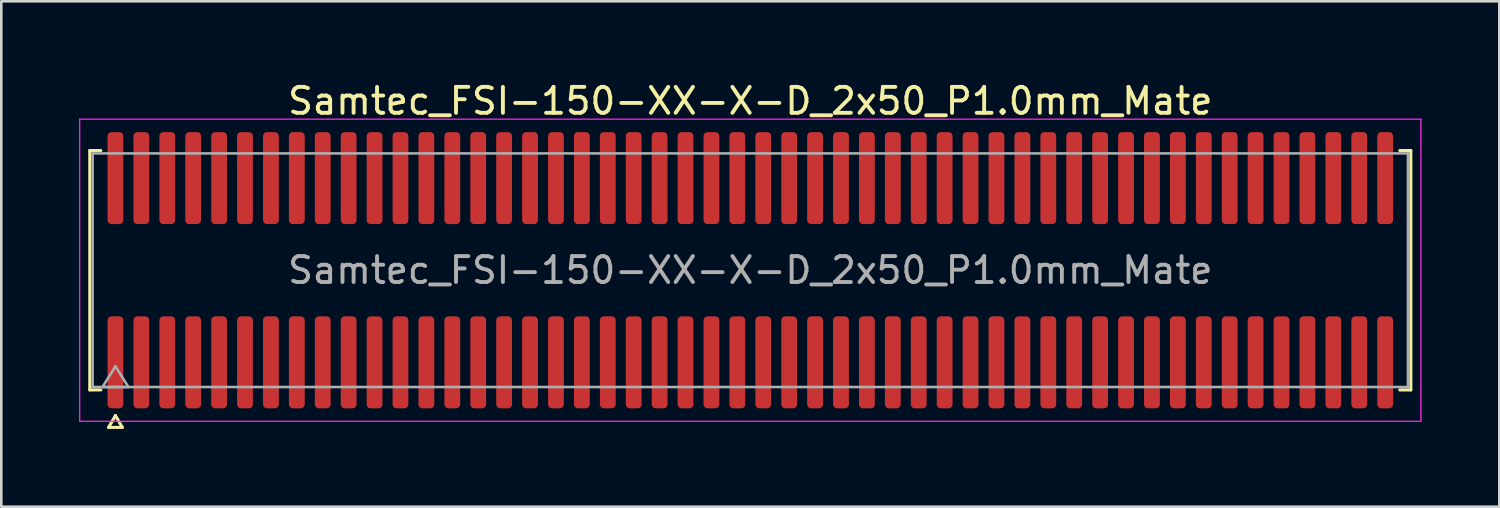
<source format=kicad_pcb>
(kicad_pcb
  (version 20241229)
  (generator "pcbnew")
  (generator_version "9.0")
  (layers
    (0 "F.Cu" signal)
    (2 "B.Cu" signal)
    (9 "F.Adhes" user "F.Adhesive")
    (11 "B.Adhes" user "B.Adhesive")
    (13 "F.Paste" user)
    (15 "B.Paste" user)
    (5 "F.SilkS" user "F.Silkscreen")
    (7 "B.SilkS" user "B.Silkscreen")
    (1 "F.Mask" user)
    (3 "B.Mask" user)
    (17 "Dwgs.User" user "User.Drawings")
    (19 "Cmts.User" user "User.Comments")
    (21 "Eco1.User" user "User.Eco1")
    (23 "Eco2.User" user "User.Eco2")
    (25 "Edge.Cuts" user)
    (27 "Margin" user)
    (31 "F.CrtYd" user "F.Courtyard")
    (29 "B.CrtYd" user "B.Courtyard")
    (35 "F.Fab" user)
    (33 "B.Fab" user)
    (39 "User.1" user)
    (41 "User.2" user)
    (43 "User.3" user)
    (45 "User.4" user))
  (footprint "Samtec_FSI-150-XX-X-D_2x50_P1.0mm_Mate"
    (layer "F.Cu")
    (at 25.905 7.378)
    (property "Reference" "Samtec_FSI-150-XX-X-D_2x50_P1.0mm_Mate" (at 0 -6.53 0) (layer "F.SilkS") (effects (font (size 1 1) (thickness 0.15))))
    (attr smd exclude_from_pos_files exclude_from_bom)
    (fp_line (start -25.49 -4.619) (end -25.065 -4.619) (stroke (width 0.12) (type solid)) (layer "F.SilkS"))
    (fp_line (start -25.49 4.619) (end -25.49 -4.619) (stroke (width 0.12) (type solid)) (layer "F.SilkS"))
    (fp_line (start -25.065 4.619) (end -25.49 4.619) (stroke (width 0.12) (type solid)) (layer "F.SilkS"))
    (fp_line (start -24.764 6.066) (end -24.5 5.609) (stroke (width 0.12) (type solid)) (layer "F.SilkS"))
    (fp_line (start -24.5 5.609) (end -24.236 6.066) (stroke (width 0.12) (type solid)) (layer "F.SilkS"))
    (fp_line (start -24.236 6.066) (end -24.764 6.066) (stroke (width 0.12) (type solid)) (layer "F.SilkS"))
    (fp_line (start 25.065 -4.619) (end 25.49 -4.619) (stroke (width 0.12) (type solid)) (layer "F.SilkS"))
    (fp_line (start 25.49 -4.619) (end 25.49 4.619) (stroke (width 0.12) (type solid)) (layer "F.SilkS"))
    (fp_line (start 25.49 4.619) (end 25.065 4.619) (stroke (width 0.12) (type solid)) (layer "F.SilkS"))
    (fp_line (start -25.88 -5.83) (end -25.88 5.83) (stroke (width 0.05) (type solid)) (layer "F.CrtYd"))
    (fp_line (start -25.88 5.83) (end 25.88 5.83) (stroke (width 0.05) (type solid)) (layer "F.CrtYd"))
    (fp_line (start 25.88 -5.83) (end -25.88 -5.83) (stroke (width 0.05) (type solid)) (layer "F.CrtYd"))
    (fp_line (start 25.88 5.83) (end 25.88 -5.83) (stroke (width 0.05) (type solid)) (layer "F.CrtYd"))
    (fp_line (start -25.38 -4.508) (end 25.38 -4.508) (stroke (width 0.1) (type solid)) (layer "F.Fab"))
    (fp_line (start -25.38 4.508) (end -25.38 -4.508) (stroke (width 0.1) (type solid)) (layer "F.Fab"))
    (fp_line (start -25 4.508) (end -24.5 3.708) (stroke (width 0.1) (type solid)) (layer "F.Fab"))
    (fp_line (start -24.5 3.708) (end -24 4.508) (stroke (width 0.1) (type solid)) (layer "F.Fab"))
    (fp_line (start -24 4.508) (end -25 4.508) (stroke (width 0.1) (type solid)) (layer "F.Fab"))
    (fp_line (start 25.38 -4.508) (end 25.38 4.508) (stroke (width 0.1) (type solid)) (layer "F.Fab"))
    (fp_line (start 25.38 4.508) (end -25.38 4.508) (stroke (width 0.1) (type solid)) (layer "F.Fab"))
    (fp_text user "${REFERENCE}" (at 0 0 0) (layer "F.Fab") (effects (font (size 1 1) (thickness 0.15))))
    (pad "1" smd roundrect (at -24.5 3.555) (size 0.61 3.55) (layers "F.Cu" "F.Mask") (roundrect_rratio 0.25))
    (pad "2" smd roundrect (at -24.5 -3.555) (size 0.61 3.55) (layers "F.Cu" "F.Mask") (roundrect_rratio 0.25))
    (pad "3" smd roundrect (at -23.5 3.555) (size 0.61 3.55) (layers "F.Cu" "F.Mask") (roundrect_rratio 0.25))
    (pad "4" smd roundrect (at -23.5 -3.555) (size 0.61 3.55) (layers "F.Cu" "F.Mask") (roundrect_rratio 0.25))
    (pad "5" smd roundrect (at -22.5 3.555) (size 0.61 3.55) (layers "F.Cu" "F.Mask") (roundrect_rratio 0.25))
    (pad "6" smd roundrect (at -22.5 -3.555) (size 0.61 3.55) (layers "F.Cu" "F.Mask") (roundrect_rratio 0.25))
    (pad "7" smd roundrect (at -21.5 3.555) (size 0.61 3.55) (layers "F.Cu" "F.Mask") (roundrect_rratio 0.25))
    (pad "8" smd roundrect (at -21.5 -3.555) (size 0.61 3.55) (layers "F.Cu" "F.Mask") (roundrect_rratio 0.25))
    (pad "9" smd roundrect (at -20.5 3.555) (size 0.61 3.55) (layers "F.Cu" "F.Mask") (roundrect_rratio 0.25))
    (pad "10" smd roundrect (at -20.5 -3.555) (size 0.61 3.55) (layers "F.Cu" "F.Mask") (roundrect_rratio 0.25))
    (pad "11" smd roundrect (at -19.5 3.555) (size 0.61 3.55) (layers "F.Cu" "F.Mask") (roundrect_rratio 0.25))
    (pad "12" smd roundrect (at -19.5 -3.555) (size 0.61 3.55) (layers "F.Cu" "F.Mask") (roundrect_rratio 0.25))
    (pad "13" smd roundrect (at -18.5 3.555) (size 0.61 3.55) (layers "F.Cu" "F.Mask") (roundrect_rratio 0.25))
    (pad "14" smd roundrect (at -18.5 -3.555) (size 0.61 3.55) (layers "F.Cu" "F.Mask") (roundrect_rratio 0.25))
    (pad "15" smd roundrect (at -17.5 3.555) (size 0.61 3.55) (layers "F.Cu" "F.Mask") (roundrect_rratio 0.25))
    (pad "16" smd roundrect (at -17.5 -3.555) (size 0.61 3.55) (layers "F.Cu" "F.Mask") (roundrect_rratio 0.25))
    (pad "17" smd roundrect (at -16.5 3.555) (size 0.61 3.55) (layers "F.Cu" "F.Mask") (roundrect_rratio 0.25))
    (pad "18" smd roundrect (at -16.5 -3.555) (size 0.61 3.55) (layers "F.Cu" "F.Mask") (roundrect_rratio 0.25))
    (pad "19" smd roundrect (at -15.5 3.555) (size 0.61 3.55) (layers "F.Cu" "F.Mask") (roundrect_rratio 0.25))
    (pad "20" smd roundrect (at -15.5 -3.555) (size 0.61 3.55) (layers "F.Cu" "F.Mask") (roundrect_rratio 0.25))
    (pad "21" smd roundrect (at -14.5 3.555) (size 0.61 3.55) (layers "F.Cu" "F.Mask") (roundrect_rratio 0.25))
    (pad "22" smd roundrect (at -14.5 -3.555) (size 0.61 3.55) (layers "F.Cu" "F.Mask") (roundrect_rratio 0.25))
    (pad "23" smd roundrect (at -13.5 3.555) (size 0.61 3.55) (layers "F.Cu" "F.Mask") (roundrect_rratio 0.25))
    (pad "24" smd roundrect (at -13.5 -3.555) (size 0.61 3.55) (layers "F.Cu" "F.Mask") (roundrect_rratio 0.25))
    (pad "25" smd roundrect (at -12.5 3.555) (size 0.61 3.55) (layers "F.Cu" "F.Mask") (roundrect_rratio 0.25))
    (pad "26" smd roundrect (at -12.5 -3.555) (size 0.61 3.55) (layers "F.Cu" "F.Mask") (roundrect_rratio 0.25))
    (pad "27" smd roundrect (at -11.5 3.555) (size 0.61 3.55) (layers "F.Cu" "F.Mask") (roundrect_rratio 0.25))
    (pad "28" smd roundrect (at -11.5 -3.555) (size 0.61 3.55) (layers "F.Cu" "F.Mask") (roundrect_rratio 0.25))
    (pad "29" smd roundrect (at -10.5 3.555) (size 0.61 3.55) (layers "F.Cu" "F.Mask") (roundrect_rratio 0.25))
    (pad "30" smd roundrect (at -10.5 -3.555) (size 0.61 3.55) (layers "F.Cu" "F.Mask") (roundrect_rratio 0.25))
    (pad "31" smd roundrect (at -9.5 3.555) (size 0.61 3.55) (layers "F.Cu" "F.Mask") (roundrect_rratio 0.25))
    (pad "32" smd roundrect (at -9.5 -3.555) (size 0.61 3.55) (layers "F.Cu" "F.Mask") (roundrect_rratio 0.25))
    (pad "33" smd roundrect (at -8.5 3.555) (size 0.61 3.55) (layers "F.Cu" "F.Mask") (roundrect_rratio 0.25))
    (pad "34" smd roundrect (at -8.5 -3.555) (size 0.61 3.55) (layers "F.Cu" "F.Mask") (roundrect_rratio 0.25))
    (pad "35" smd roundrect (at -7.5 3.555) (size 0.61 3.55) (layers "F.Cu" "F.Mask") (roundrect_rratio 0.25))
    (pad "36" smd roundrect (at -7.5 -3.555) (size 0.61 3.55) (layers "F.Cu" "F.Mask") (roundrect_rratio 0.25))
    (pad "37" smd roundrect (at -6.5 3.555) (size 0.61 3.55) (layers "F.Cu" "F.Mask") (roundrect_rratio 0.25))
    (pad "38" smd roundrect (at -6.5 -3.555) (size 0.61 3.55) (layers "F.Cu" "F.Mask") (roundrect_rratio 0.25))
    (pad "39" smd roundrect (at -5.5 3.555) (size 0.61 3.55) (layers "F.Cu" "F.Mask") (roundrect_rratio 0.25))
    (pad "40" smd roundrect (at -5.5 -3.555) (size 0.61 3.55) (layers "F.Cu" "F.Mask") (roundrect_rratio 0.25))
    (pad "41" smd roundrect (at -4.5 3.555) (size 0.61 3.55) (layers "F.Cu" "F.Mask") (roundrect_rratio 0.25))
    (pad "42" smd roundrect (at -4.5 -3.555) (size 0.61 3.55) (layers "F.Cu" "F.Mask") (roundrect_rratio 0.25))
    (pad "43" smd roundrect (at -3.5 3.555) (size 0.61 3.55) (layers "F.Cu" "F.Mask") (roundrect_rratio 0.25))
    (pad "44" smd roundrect (at -3.5 -3.555) (size 0.61 3.55) (layers "F.Cu" "F.Mask") (roundrect_rratio 0.25))
    (pad "45" smd roundrect (at -2.5 3.555) (size 0.61 3.55) (layers "F.Cu" "F.Mask") (roundrect_rratio 0.25))
    (pad "46" smd roundrect (at -2.5 -3.555) (size 0.61 3.55) (layers "F.Cu" "F.Mask") (roundrect_rratio 0.25))
    (pad "47" smd roundrect (at -1.5 3.555) (size 0.61 3.55) (layers "F.Cu" "F.Mask") (roundrect_rratio 0.25))
    (pad "48" smd roundrect (at -1.5 -3.555) (size 0.61 3.55) (layers "F.Cu" "F.Mask") (roundrect_rratio 0.25))
    (pad "49" smd roundrect (at -0.5 3.555) (size 0.61 3.55) (layers "F.Cu" "F.Mask") (roundrect_rratio 0.25))
    (pad "50" smd roundrect (at -0.5 -3.555) (size 0.61 3.55) (layers "F.Cu" "F.Mask") (roundrect_rratio 0.25))
    (pad "51" smd roundrect (at 0.5 3.555) (size 0.61 3.55) (layers "F.Cu" "F.Mask") (roundrect_rratio 0.25))
    (pad "52" smd roundrect (at 0.5 -3.555) (size 0.61 3.55) (layers "F.Cu" "F.Mask") (roundrect_rratio 0.25))
    (pad "53" smd roundrect (at 1.5 3.555) (size 0.61 3.55) (layers "F.Cu" "F.Mask") (roundrect_rratio 0.25))
    (pad "54" smd roundrect (at 1.5 -3.555) (size 0.61 3.55) (layers "F.Cu" "F.Mask") (roundrect_rratio 0.25))
    (pad "55" smd roundrect (at 2.5 3.555) (size 0.61 3.55) (layers "F.Cu" "F.Mask") (roundrect_rratio 0.25))
    (pad "56" smd roundrect (at 2.5 -3.555) (size 0.61 3.55) (layers "F.Cu" "F.Mask") (roundrect_rratio 0.25))
    (pad "57" smd roundrect (at 3.5 3.555) (size 0.61 3.55) (layers "F.Cu" "F.Mask") (roundrect_rratio 0.25))
    (pad "58" smd roundrect (at 3.5 -3.555) (size 0.61 3.55) (layers "F.Cu" "F.Mask") (roundrect_rratio 0.25))
    (pad "59" smd roundrect (at 4.5 3.555) (size 0.61 3.55) (layers "F.Cu" "F.Mask") (roundrect_rratio 0.25))
    (pad "60" smd roundrect (at 4.5 -3.555) (size 0.61 3.55) (layers "F.Cu" "F.Mask") (roundrect_rratio 0.25))
    (pad "61" smd roundrect (at 5.5 3.555) (size 0.61 3.55) (layers "F.Cu" "F.Mask") (roundrect_rratio 0.25))
    (pad "62" smd roundrect (at 5.5 -3.555) (size 0.61 3.55) (layers "F.Cu" "F.Mask") (roundrect_rratio 0.25))
    (pad "63" smd roundrect (at 6.5 3.555) (size 0.61 3.55) (layers "F.Cu" "F.Mask") (roundrect_rratio 0.25))
    (pad "64" smd roundrect (at 6.5 -3.555) (size 0.61 3.55) (layers "F.Cu" "F.Mask") (roundrect_rratio 0.25))
    (pad "65" smd roundrect (at 7.5 3.555) (size 0.61 3.55) (layers "F.Cu" "F.Mask") (roundrect_rratio 0.25))
    (pad "66" smd roundrect (at 7.5 -3.555) (size 0.61 3.55) (layers "F.Cu" "F.Mask") (roundrect_rratio 0.25))
    (pad "67" smd roundrect (at 8.5 3.555) (size 0.61 3.55) (layers "F.Cu" "F.Mask") (roundrect_rratio 0.25))
    (pad "68" smd roundrect (at 8.5 -3.555) (size 0.61 3.55) (layers "F.Cu" "F.Mask") (roundrect_rratio 0.25))
    (pad "69" smd roundrect (at 9.5 3.555) (size 0.61 3.55) (layers "F.Cu" "F.Mask") (roundrect_rratio 0.25))
    (pad "70" smd roundrect (at 9.5 -3.555) (size 0.61 3.55) (layers "F.Cu" "F.Mask") (roundrect_rratio 0.25))
    (pad "71" smd roundrect (at 10.5 3.555) (size 0.61 3.55) (layers "F.Cu" "F.Mask") (roundrect_rratio 0.25))
    (pad "72" smd roundrect (at 10.5 -3.555) (size 0.61 3.55) (layers "F.Cu" "F.Mask") (roundrect_rratio 0.25))
    (pad "73" smd roundrect (at 11.5 3.555) (size 0.61 3.55) (layers "F.Cu" "F.Mask") (roundrect_rratio 0.25))
    (pad "74" smd roundrect (at 11.5 -3.555) (size 0.61 3.55) (layers "F.Cu" "F.Mask") (roundrect_rratio 0.25))
    (pad "75" smd roundrect (at 12.5 3.555) (size 0.61 3.55) (layers "F.Cu" "F.Mask") (roundrect_rratio 0.25))
    (pad "76" smd roundrect (at 12.5 -3.555) (size 0.61 3.55) (layers "F.Cu" "F.Mask") (roundrect_rratio 0.25))
    (pad "77" smd roundrect (at 13.5 3.555) (size 0.61 3.55) (layers "F.Cu" "F.Mask") (roundrect_rratio 0.25))
    (pad "78" smd roundrect (at 13.5 -3.555) (size 0.61 3.55) (layers "F.Cu" "F.Mask") (roundrect_rratio 0.25))
    (pad "79" smd roundrect (at 14.5 3.555) (size 0.61 3.55) (layers "F.Cu" "F.Mask") (roundrect_rratio 0.25))
    (pad "80" smd roundrect (at 14.5 -3.555) (size 0.61 3.55) (layers "F.Cu" "F.Mask") (roundrect_rratio 0.25))
    (pad "81" smd roundrect (at 15.5 3.555) (size 0.61 3.55) (layers "F.Cu" "F.Mask") (roundrect_rratio 0.25))
    (pad "82" smd roundrect (at 15.5 -3.555) (size 0.61 3.55) (layers "F.Cu" "F.Mask") (roundrect_rratio 0.25))
    (pad "83" smd roundrect (at 16.5 3.555) (size 0.61 3.55) (layers "F.Cu" "F.Mask") (roundrect_rratio 0.25))
    (pad "84" smd roundrect (at 16.5 -3.555) (size 0.61 3.55) (layers "F.Cu" "F.Mask") (roundrect_rratio 0.25))
    (pad "85" smd roundrect (at 17.5 3.555) (size 0.61 3.55) (layers "F.Cu" "F.Mask") (roundrect_rratio 0.25))
    (pad "86" smd roundrect (at 17.5 -3.555) (size 0.61 3.55) (layers "F.Cu" "F.Mask") (roundrect_rratio 0.25))
    (pad "87" smd roundrect (at 18.5 3.555) (size 0.61 3.55) (layers "F.Cu" "F.Mask") (roundrect_rratio 0.25))
    (pad "88" smd roundrect (at 18.5 -3.555) (size 0.61 3.55) (layers "F.Cu" "F.Mask") (roundrect_rratio 0.25))
    (pad "89" smd roundrect (at 19.5 3.555) (size 0.61 3.55) (layers "F.Cu" "F.Mask") (roundrect_rratio 0.25))
    (pad "90" smd roundrect (at 19.5 -3.555) (size 0.61 3.55) (layers "F.Cu" "F.Mask") (roundrect_rratio 0.25))
    (pad "91" smd roundrect (at 20.5 3.555) (size 0.61 3.55) (layers "F.Cu" "F.Mask") (roundrect_rratio 0.25))
    (pad "92" smd roundrect (at 20.5 -3.555) (size 0.61 3.55) (layers "F.Cu" "F.Mask") (roundrect_rratio 0.25))
    (pad "93" smd roundrect (at 21.5 3.555) (size 0.61 3.55) (layers "F.Cu" "F.Mask") (roundrect_rratio 0.25))
    (pad "94" smd roundrect (at 21.5 -3.555) (size 0.61 3.55) (layers "F.Cu" "F.Mask") (roundrect_rratio 0.25))
    (pad "95" smd roundrect (at 22.5 3.555) (size 0.61 3.55) (layers "F.Cu" "F.Mask") (roundrect_rratio 0.25))
    (pad "96" smd roundrect (at 22.5 -3.555) (size 0.61 3.55) (layers "F.Cu" "F.Mask") (roundrect_rratio 0.25))
    (pad "97" smd roundrect (at 23.5 3.555) (size 0.61 3.55) (layers "F.Cu" "F.Mask") (roundrect_rratio 0.25))
    (pad "98" smd roundrect (at 23.5 -3.555) (size 0.61 3.55) (layers "F.Cu" "F.Mask") (roundrect_rratio 0.25))
    (pad "99" smd roundrect (at 24.5 3.555) (size 0.61 3.55) (layers "F.Cu" "F.Mask") (roundrect_rratio 0.25))
    (pad "100" smd roundrect (at 24.5 -3.555) (size 0.61 3.55) (layers "F.Cu" "F.Mask") (roundrect_rratio 0.25)))
  (gr_rect
    (start -3 -3)
    (end 54.81 16.504)
    (stroke (width 0.1) (type default))
    (fill no)
    (layer "Edge.Cuts")))
</source>
